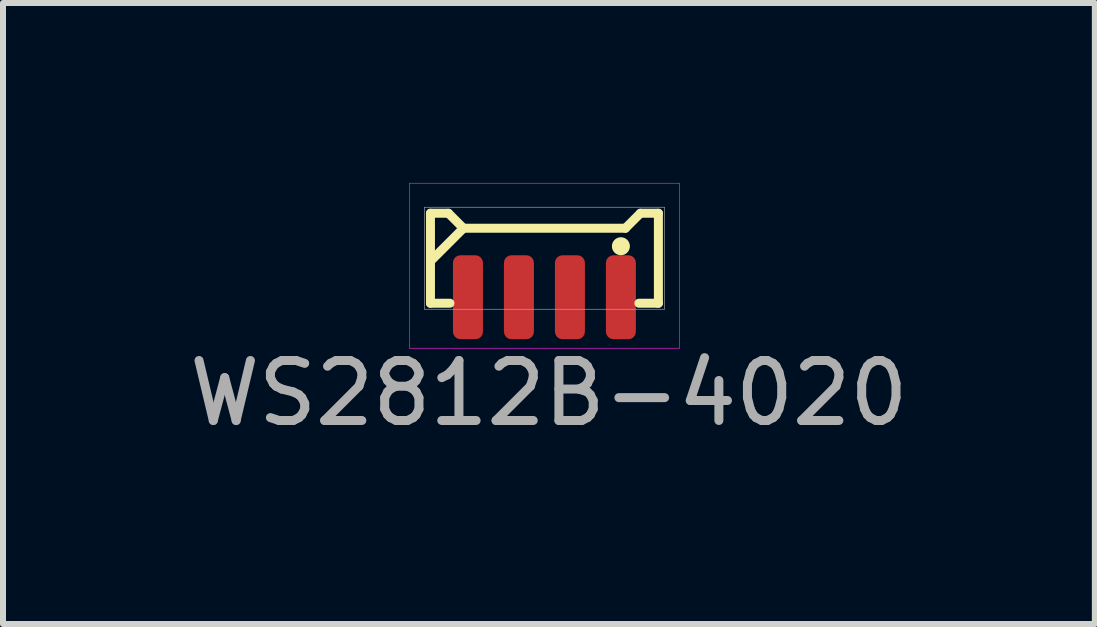
<source format=kicad_pcb>
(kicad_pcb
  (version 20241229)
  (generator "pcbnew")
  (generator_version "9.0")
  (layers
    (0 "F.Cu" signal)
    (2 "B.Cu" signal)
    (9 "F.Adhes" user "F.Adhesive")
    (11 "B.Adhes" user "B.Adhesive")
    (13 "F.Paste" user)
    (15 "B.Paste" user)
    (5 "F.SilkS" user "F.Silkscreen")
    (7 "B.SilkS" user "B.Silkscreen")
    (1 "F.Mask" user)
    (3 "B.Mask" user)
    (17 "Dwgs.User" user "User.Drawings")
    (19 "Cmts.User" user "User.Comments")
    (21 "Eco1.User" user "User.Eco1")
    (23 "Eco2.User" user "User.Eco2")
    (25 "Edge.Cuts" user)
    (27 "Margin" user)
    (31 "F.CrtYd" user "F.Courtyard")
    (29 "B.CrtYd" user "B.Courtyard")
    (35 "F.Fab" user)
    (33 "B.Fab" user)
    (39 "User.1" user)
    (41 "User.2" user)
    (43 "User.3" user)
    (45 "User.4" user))
  (footprint "WS2812B-4020"
    (layer "F.Cu")
    (at 6.026 1.255)
    (property "Reference" "WS2812B-4020" (at 0.075 2.25 0) (layer "F.Fab") (effects (font (size 1 1) (thickness 0.15))))
    (attr through_hole)
    (fp_line (start -1.9 -0.75) (end -1.6 -0.75) (stroke (width 0.15) (type solid)) (layer "F.SilkS"))
    (fp_line (start -1.9 0.75) (end -1.9 -0.75) (stroke (width 0.15) (type solid)) (layer "F.SilkS"))
    (fp_line (start -1.9 0.75) (end -1.575 0.75) (stroke (width 0.15) (type solid)) (layer "F.SilkS"))
    (fp_line (start -1.6 -0.75) (end -1.35 -0.5) (stroke (width 0.15) (type solid)) (layer "F.SilkS"))
    (fp_line (start -1.35 -0.5) (end -1.9 0.05) (stroke (width 0.15) (type solid)) (layer "F.SilkS"))
    (fp_line (start -1.35 -0.5) (end 1.35 -0.5) (stroke (width 0.15) (type solid)) (layer "F.SilkS"))
    (fp_line (start 1.6 -0.75) (end 1.35 -0.5) (stroke (width 0.15) (type solid)) (layer "F.SilkS"))
    (fp_line (start 1.9 -0.75) (end 1.6 -0.75) (stroke (width 0.15) (type solid)) (layer "F.SilkS"))
    (fp_line (start 1.9 -0.75) (end 1.9 0.75) (stroke (width 0.15) (type solid)) (layer "F.SilkS"))
    (fp_line (start 1.9 0.75) (end 1.575 0.75) (stroke (width 0.15) (type solid)) (layer "F.SilkS"))
    (fp_circle (center 1.275 -0.2) (end 1.35 -0.2) (stroke (width 0.15) (type solid)) (fill no) (layer "F.SilkS"))
    (fp_line (start -2.25 -1.25) (end -2.25 1.25) (stroke (width 0.01) (type solid)) (layer "F.CrtYd"))
    (fp_line (start -2.25 1.25) (end -2.25 1.5) (stroke (width 0.01) (type solid)) (layer "F.CrtYd"))
    (fp_line (start -2.25 1.5) (end 2.25 1.5) (stroke (width 0.01) (type solid)) (layer "F.CrtYd"))
    (fp_line (start 2.25 -1.25) (end -2.25 -1.25) (stroke (width 0.01) (type solid)) (layer "F.CrtYd"))
    (fp_line (start 2.25 1.5) (end 2.25 -1.25) (stroke (width 0.01) (type solid)) (layer "F.CrtYd"))
    (fp_line (start -2 -0.85) (end -2 0.85) (stroke (width 0.01) (type solid)) (layer "F.Fab"))
    (fp_line (start -2 0.85) (end 2 0.85) (stroke (width 0.01) (type solid)) (layer "F.Fab"))
    (fp_line (start 2 -0.85) (end -2 -0.85) (stroke (width 0.01) (type solid)) (layer "F.Fab"))
    (fp_line (start 2 0.85) (end 2 -0.85) (stroke (width 0.01) (type solid)) (layer "F.Fab"))
    (pad "1" smd roundrect (at 1.275 0.65) (size 0.5 1.4) (layers "F.Cu" "F.Mask" "F.Paste") (roundrect_rratio 0.25))
    (pad "2" smd roundrect (at 0.425 0.65) (size 0.5 1.4) (layers "F.Cu" "F.Mask" "F.Paste") (roundrect_rratio 0.25))
    (pad "3" smd roundrect (at -0.425 0.65) (size 0.5 1.4) (layers "F.Cu" "F.Mask" "F.Paste") (roundrect_rratio 0.25))
    (pad "4" smd roundrect (at -1.275 0.65) (size 0.5 1.4) (layers "F.Cu" "F.Mask" "F.Paste") (roundrect_rratio 0.25)))
  (gr_rect
    (start -3 -3)
    (end 15.202 7.353)
    (stroke (width 0.1) (type default))
    (fill no)
    (layer "Edge.Cuts")))
</source>
